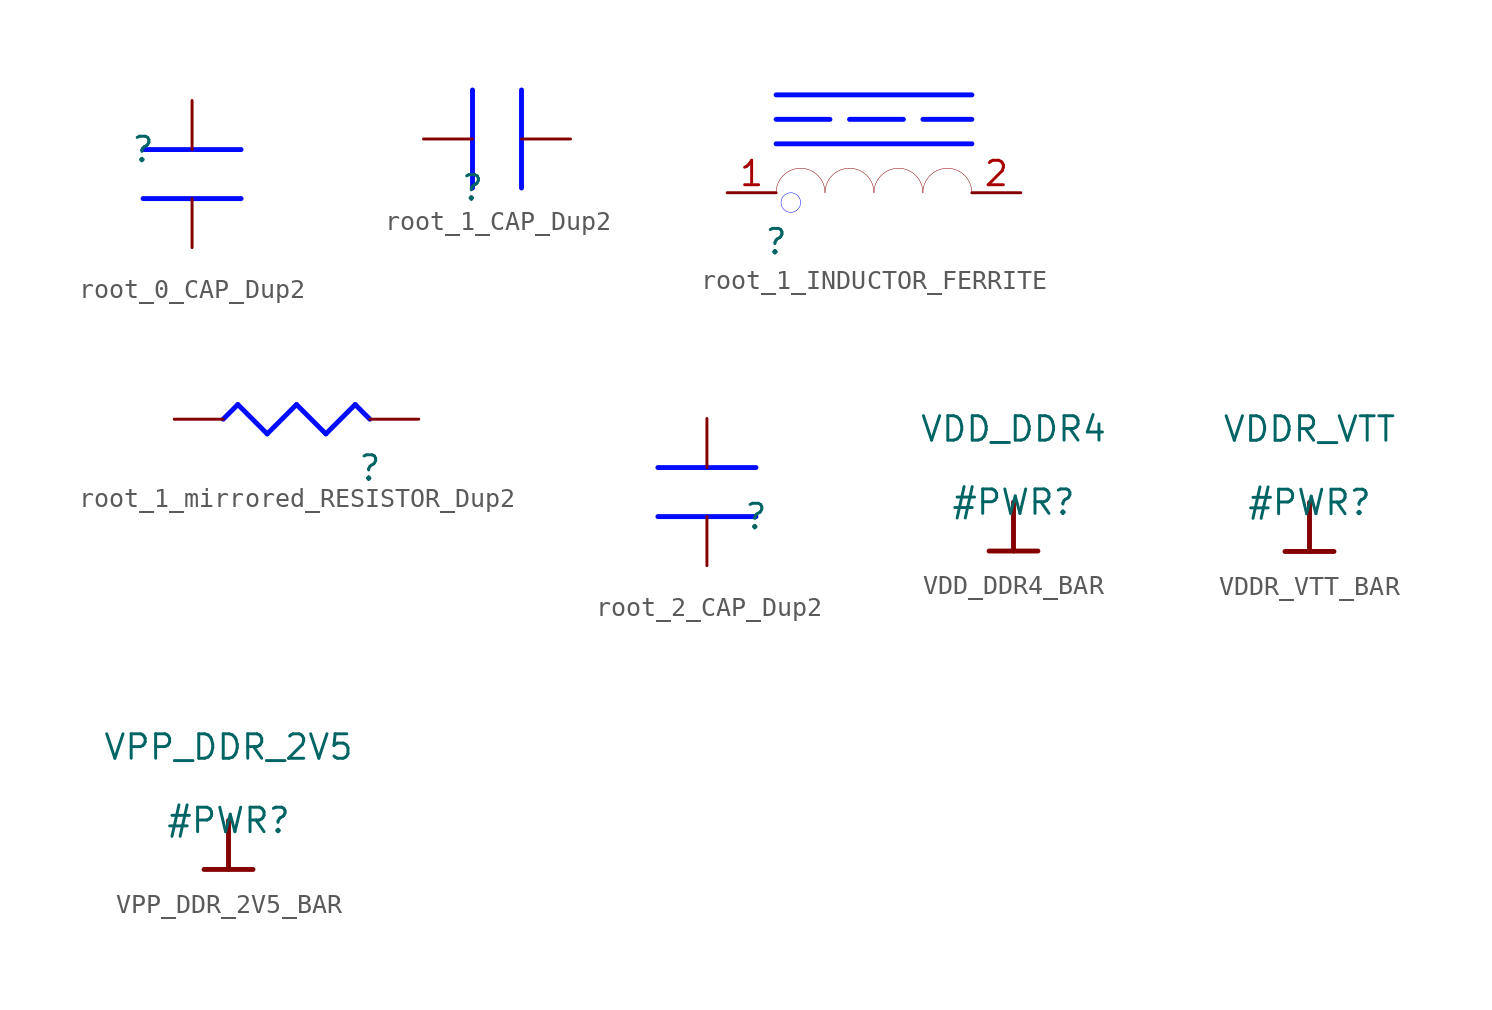
<source format=kicad_sym>
(kicad_symbol_lib
  (version 20231120)
  (generator "kicad_symbol_editor")
  (generator_version "8.0")
  (symbol "root_0_CAP_Dup2"
    (property "Reference" ""
      (at 0 0 0)
      (effects (font (size 1.27 1.27))))
    (property "Value" ""
      (at 0 0 0)
      (effects (font (size 1.27 1.27))))
    (symbol "root_0_CAP_Dup2_1_0"
      (polyline (pts (xy 0 -2.54) (xy 5.08 -2.54)) (stroke (width 0.254) (type solid) (color 0 11 255 1)) (fill (type none)))
      (polyline (pts (xy 0 0) (xy 5.08 0)) (stroke (width 0.254) (type solid) (color 0 11 255 1)) (fill (type none)))
      (pin passive line (at 2.54 2.54 270) (length 2.54) (name "1" (effects (font (size 0 0)))) (number "1" (effects (font (size 0 0)))))
      (pin passive line (at 2.54 -5.08 90) (length 2.54) (name "2" (effects (font (size 0 0)))) (number "2" (effects (font (size 0 0)))))))
  (symbol "root_1_CAP_Dup2"
    (property "Reference" ""
      (at 0 0 0)
      (effects (font (size 1.27 1.27))))
    (property "Value" ""
      (at 0 0 0)
      (effects (font (size 1.27 1.27))))
    (symbol "root_1_CAP_Dup2_1_0"
      (polyline (pts (xy 0 0) (xy 0 5.08)) (stroke (width 0.254) (type solid) (color 0 11 255 1)) (fill (type none)))
      (polyline (pts (xy 2.54 0) (xy 2.54 5.08)) (stroke (width 0.254) (type solid) (color 0 11 255 1)) (fill (type none)))
      (pin passive line (at -2.54 2.54 0) (length 2.54) (name "1" (effects (font (size 0 0)))) (number "1" (effects (font (size 0 0)))))
      (pin passive line (at 5.08 2.54 180) (length 2.54) (name "2" (effects (font (size 0 0)))) (number "2" (effects (font (size 0 0)))))))
  (symbol "root_1_INDUCTOR_FERRITE"
    (property "Reference" ""
      (at 0 0 0)
      (effects (font (size 1.27 1.27))))
    (property "Value" ""
      (at 0 0 0)
      (effects (font (size 1.27 1.27))))
    (symbol "root_1_INDUCTOR_FERRITE_1_0"
      (polyline (pts (xy 0 5.08) (xy 10.16 5.08)) (stroke (width 0.254) (type solid) (color 0 11 255 1)) (fill (type none)))
      (polyline (pts (xy 0 6.35) (xy 10.16 6.35)) (stroke (width 0.254) (type dash) (color 0 11 255 1)) (fill (type none)))
      (polyline (pts (xy 0 7.62) (xy 10.16 7.62)) (stroke (width 0.254) (type solid) (color 0 11 255 1)) (fill (type none)))
      (circle (center 0.762 2.032) (radius 0.508) (stroke (width 0.025) (type solid) (color 0 11 255 1)) (fill (type none)))
      (arc (start 1.27 3.81) (mid 0.372 3.438) (end 0 2.54) (stroke (width 0.0254) (type solid)) (fill (type none)))
      (arc (start 2.54 2.54) (mid 2.168 3.438) (end 1.27 3.81) (stroke (width 0.0254) (type solid)) (fill (type none)))
      (arc (start 3.81 3.81) (mid 2.912 3.438) (end 2.54 2.54) (stroke (width 0.0254) (type solid)) (fill (type none)))
      (arc (start 5.08 2.54) (mid 4.708 3.438) (end 3.81 3.81) (stroke (width 0.0254) (type solid)) (fill (type none)))
      (arc (start 6.35 3.81) (mid 5.452 3.438) (end 5.08 2.54) (stroke (width 0.0254) (type solid)) (fill (type none)))
      (arc (start 7.62 2.54) (mid 7.248 3.438) (end 6.35 3.81) (stroke (width 0.0254) (type solid)) (fill (type none)))
      (arc (start 8.89 3.81) (mid 7.992 3.438) (end 7.62 2.54) (stroke (width 0.0254) (type solid)) (fill (type none)))
      (arc (start 10.16 2.54) (mid 9.788 3.438) (end 8.89 3.81) (stroke (width 0.0254) (type solid)) (fill (type none)))
      (pin passive line (at -2.54 2.54 0) (length 2.54) (name "1" (effects (font (size 0 0)))) (number "1" (effects (font (size 1.27 1.27)))))
      (pin passive line (at 12.7 2.54 180) (length 2.54) (name "2" (effects (font (size 0 0)))) (number "2" (effects (font (size 1.27 1.27)))))))
  (symbol "root_1_mirrored_RESISTOR_Dup2"
    (property "Reference" ""
      (at 0 0 0)
      (effects (font (size 1.27 1.27))))
    (property "Value" ""
      (at 0 0 0)
      (effects (font (size 1.27 1.27))))
    (symbol "root_1_mirrored_RESISTOR_Dup2_1_0"
      (polyline (pts (xy -6.858 3.302) (xy -7.62 2.54)) (stroke (width 0.254) (type solid) (color 0 11 255 1)) (fill (type none)))
      (polyline (pts (xy -5.334 1.778) (xy -6.858 3.302)) (stroke (width 0.254) (type solid) (color 0 11 255 1)) (fill (type none)))
      (polyline (pts (xy -3.81 3.302) (xy -5.334 1.778)) (stroke (width 0.254) (type solid) (color 0 11 255 1)) (fill (type none)))
      (polyline (pts (xy -2.286 1.778) (xy -3.81 3.302)) (stroke (width 0.254) (type solid) (color 0 11 255 1)) (fill (type none)))
      (polyline (pts (xy -0.762 3.302) (xy -2.286 1.778)) (stroke (width 0.254) (type solid) (color 0 11 255 1)) (fill (type none)))
      (polyline (pts (xy 0 2.54) (xy -0.762 3.302)) (stroke (width 0.254) (type solid) (color 0 11 255 1)) (fill (type none)))
      (pin passive line (at 2.54 2.54 180) (length 2.54) (name "1" (effects (font (size 0 0)))) (number "1" (effects (font (size 0 0)))))
      (pin passive line (at -10.16 2.54 0) (length 2.54) (name "2" (effects (font (size 0 0)))) (number "2" (effects (font (size 0 0)))))))
  (symbol "root_2_CAP_Dup2"
    (property "Reference" ""
      (at 0 0 0)
      (effects (font (size 1.27 1.27))))
    (property "Value" ""
      (at 0 0 0)
      (effects (font (size 1.27 1.27))))
    (symbol "root_2_CAP_Dup2_1_0"
      (polyline (pts (xy 0 0) (xy -5.08 0)) (stroke (width 0.254) (type solid) (color 0 11 255 1)) (fill (type none)))
      (polyline (pts (xy 0 2.54) (xy -5.08 2.54)) (stroke (width 0.254) (type solid) (color 0 11 255 1)) (fill (type none)))
      (pin passive line (at -2.54 -2.54 90) (length 2.54) (name "1" (effects (font (size 0 0)))) (number "1" (effects (font (size 0 0)))))
      (pin passive line (at -2.54 5.08 270) (length 2.54) (name "2" (effects (font (size 0 0)))) (number "2" (effects (font (size 0 0)))))))
  (symbol "VDD_DDR4_BAR"
    (power)
    (property "Reference" "#PWR"
      (at 0 0 0)
      (effects (font (size 1.27 1.27))))
    (property "Value" "VDD_DDR4"
      (at 0 3.81 0)
      (effects (font (size 1.27 1.27))))
    (symbol "VDD_DDR4_BAR_0_0"
      (polyline (pts (xy -1.27 -2.54) (xy 1.27 -2.54)) (stroke (width 0.254) (type solid)) (fill (type none)))
      (polyline (pts (xy 0 0) (xy 0 -2.54)) (stroke (width 0.254) (type solid)) (fill (type none)))
      (pin power_in line (at 0 0 0) (length 0) hide (name "VDD_DDR4" (effects (font (size 1.27 1.27)))) (number "" (effects (font (size 1.27 1.27)))))))
  (symbol "VDDR_VTT_BAR"
    (power)
    (property "Reference" "#PWR"
      (at 0 0 0)
      (effects (font (size 1.27 1.27))))
    (property "Value" "VDDR_VTT"
      (at 0 3.81 0)
      (effects (font (size 1.27 1.27))))
    (symbol "VDDR_VTT_BAR_0_0"
      (polyline (pts (xy -1.27 -2.54) (xy 1.27 -2.54)) (stroke (width 0.254) (type solid)) (fill (type none)))
      (polyline (pts (xy 0 0) (xy 0 -2.54)) (stroke (width 0.254) (type solid)) (fill (type none)))
      (pin power_in line (at 0 0 0) (length 0) hide (name "VDDR_VTT" (effects (font (size 1.27 1.27)))) (number "" (effects (font (size 1.27 1.27)))))))
  (symbol "VPP_DDR_2V5_BAR"
    (power)
    (property "Reference" "#PWR"
      (at 0 0 0)
      (effects (font (size 1.27 1.27))))
    (property "Value" "VPP_DDR_2V5"
      (at 0 3.81 0)
      (effects (font (size 1.27 1.27))))
    (symbol "VPP_DDR_2V5_BAR_0_0"
      (polyline (pts (xy -1.27 -2.54) (xy 1.27 -2.54)) (stroke (width 0.254) (type solid)) (fill (type none)))
      (polyline (pts (xy 0 0) (xy 0 -2.54)) (stroke (width 0.254) (type solid)) (fill (type none)))
      (pin power_in line (at 0 0 0) (length 0) hide (name "VPP_DDR_2V5" (effects (font (size 1.27 1.27)))) (number "" (effects (font (size 1.27 1.27))))))))
</source>
